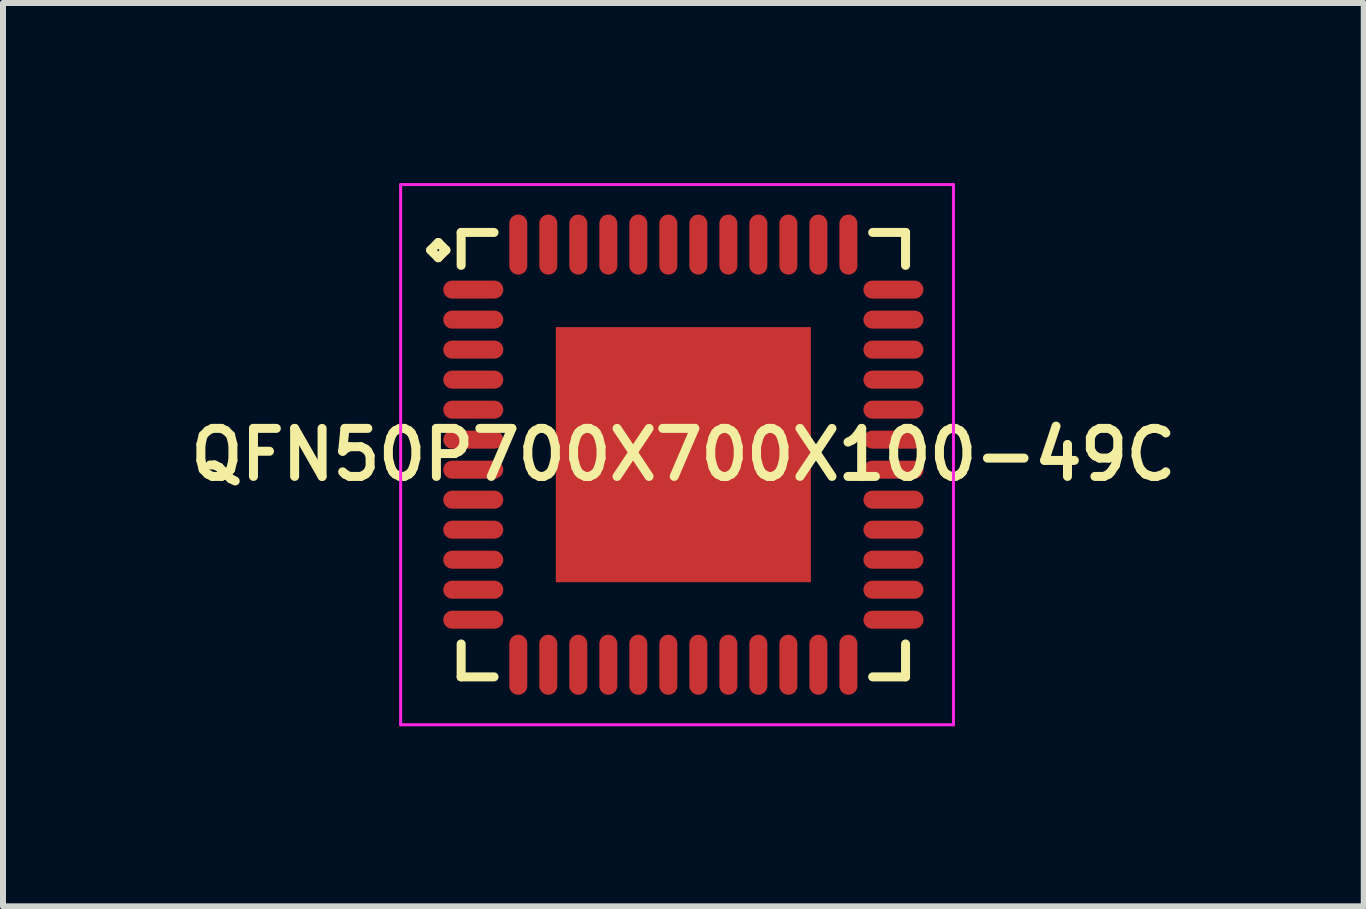
<source format=kicad_pcb>
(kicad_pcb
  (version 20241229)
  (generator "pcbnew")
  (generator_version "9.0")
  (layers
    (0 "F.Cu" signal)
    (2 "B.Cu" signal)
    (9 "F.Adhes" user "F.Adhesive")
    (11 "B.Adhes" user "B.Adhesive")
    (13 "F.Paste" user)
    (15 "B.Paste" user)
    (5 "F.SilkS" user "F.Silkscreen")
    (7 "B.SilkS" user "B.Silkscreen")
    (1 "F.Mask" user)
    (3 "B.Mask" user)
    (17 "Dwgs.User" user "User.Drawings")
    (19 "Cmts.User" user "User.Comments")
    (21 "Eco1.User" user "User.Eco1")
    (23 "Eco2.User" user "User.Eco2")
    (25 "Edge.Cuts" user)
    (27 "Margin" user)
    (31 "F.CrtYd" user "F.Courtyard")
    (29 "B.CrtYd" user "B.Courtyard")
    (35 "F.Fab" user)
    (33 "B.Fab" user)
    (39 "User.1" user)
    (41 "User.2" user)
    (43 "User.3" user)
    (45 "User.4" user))
  (footprint "QFN50P700X700X100-49C"
    (layer "F.Cu")
    (at 8.335 4.525)
    (property "Reference" "QFN50P700X700X100-49C" (at 0 0 0) (layer "F.SilkS") (effects (font (size 0.8 0.8) (thickness 0.15))))
    (attr smd)
    (fp_line (start -4.21 -3.408) (end -4.083 -3.535) (stroke (width 0.15) (type solid)) (layer "F.SilkS"))
    (fp_line (start -4.083 -3.535) (end -3.956 -3.408) (stroke (width 0.15) (type solid)) (layer "F.SilkS"))
    (fp_line (start -4.083 -3.281) (end -4.21 -3.408) (stroke (width 0.15) (type solid)) (layer "F.SilkS"))
    (fp_line (start -3.956 -3.408) (end -4.083 -3.281) (stroke (width 0.15) (type solid)) (layer "F.SilkS"))
    (fp_line (start -3.702 -3.702) (end -3.154 -3.702) (stroke (width 0.15) (type solid)) (layer "F.SilkS"))
    (fp_line (start -3.702 -3.154) (end -3.702 -3.702) (stroke (width 0.15) (type solid)) (layer "F.SilkS"))
    (fp_line (start -3.702 3.154) (end -3.702 3.702) (stroke (width 0.15) (type solid)) (layer "F.SilkS"))
    (fp_line (start -3.702 3.702) (end -3.154 3.702) (stroke (width 0.15) (type solid)) (layer "F.SilkS"))
    (fp_line (start 3.154 -3.702) (end 3.702 -3.702) (stroke (width 0.15) (type solid)) (layer "F.SilkS"))
    (fp_line (start 3.154 3.702) (end 3.702 3.702) (stroke (width 0.15) (type solid)) (layer "F.SilkS"))
    (fp_line (start 3.702 -3.702) (end 3.702 -3.154) (stroke (width 0.15) (type solid)) (layer "F.SilkS"))
    (fp_line (start 3.702 3.702) (end 3.702 3.154) (stroke (width 0.15) (type solid)) (layer "F.SilkS"))
    (fp_line (start -4.71 -4.5) (end 4.5 -4.5) (stroke (width 0.05) (type solid)) (layer "F.CrtYd"))
    (fp_line (start -4.71 4.5) (end -4.71 -4.5) (stroke (width 0.05) (type solid)) (layer "F.CrtYd"))
    (fp_line (start 4.5 -4.5) (end 4.5 4.5) (stroke (width 0.05) (type solid)) (layer "F.CrtYd"))
    (fp_line (start 4.5 4.5) (end -4.71 4.5) (stroke (width 0.05) (type solid)) (layer "F.CrtYd"))
    (pad "1" smd oval (at -3.5 -2.75) (size 1 0.3) (layers "F.Cu" "F.Mask" "F.Paste"))
    (pad "2" smd oval (at -3.5 -2.25) (size 1 0.3) (layers "F.Cu" "F.Mask" "F.Paste"))
    (pad "3" smd oval (at -3.5 -1.75) (size 1 0.3) (layers "F.Cu" "F.Mask" "F.Paste"))
    (pad "4" smd oval (at -3.5 -1.25) (size 1 0.3) (layers "F.Cu" "F.Mask" "F.Paste"))
    (pad "5" smd oval (at -3.5 -0.75) (size 1 0.3) (layers "F.Cu" "F.Mask" "F.Paste"))
    (pad "6" smd oval (at -3.5 -0.25) (size 1 0.3) (layers "F.Cu" "F.Mask" "F.Paste"))
    (pad "7" smd oval (at -3.5 0.25) (size 1 0.3) (layers "F.Cu" "F.Mask" "F.Paste"))
    (pad "8" smd oval (at -3.5 0.75) (size 1 0.3) (layers "F.Cu" "F.Mask" "F.Paste"))
    (pad "9" smd oval (at -3.5 1.25) (size 1 0.3) (layers "F.Cu" "F.Mask" "F.Paste"))
    (pad "10" smd oval (at -3.5 1.75) (size 1 0.3) (layers "F.Cu" "F.Mask" "F.Paste"))
    (pad "11" smd oval (at -3.5 2.25) (size 1 0.3) (layers "F.Cu" "F.Mask" "F.Paste"))
    (pad "12" smd oval (at -3.5 2.75) (size 1 0.3) (layers "F.Cu" "F.Mask" "F.Paste"))
    (pad "13" smd oval (at -2.75 3.5) (size 0.3 1) (layers "F.Cu" "F.Mask" "F.Paste"))
    (pad "14" smd oval (at -2.25 3.5) (size 0.3 1) (layers "F.Cu" "F.Mask" "F.Paste"))
    (pad "15" smd oval (at -1.75 3.5) (size 0.3 1) (layers "F.Cu" "F.Mask" "F.Paste"))
    (pad "16" smd oval (at -1.25 3.5) (size 0.3 1) (layers "F.Cu" "F.Mask" "F.Paste"))
    (pad "17" smd oval (at -0.75 3.5) (size 0.3 1) (layers "F.Cu" "F.Mask" "F.Paste"))
    (pad "18" smd oval (at -0.25 3.5) (size 0.3 1) (layers "F.Cu" "F.Mask" "F.Paste"))
    (pad "19" smd oval (at 0.25 3.5) (size 0.3 1) (layers "F.Cu" "F.Mask" "F.Paste"))
    (pad "20" smd oval (at 0.75 3.5) (size 0.3 1) (layers "F.Cu" "F.Mask" "F.Paste"))
    (pad "21" smd oval (at 1.25 3.5) (size 0.3 1) (layers "F.Cu" "F.Mask" "F.Paste"))
    (pad "22" smd oval (at 1.75 3.5) (size 0.3 1) (layers "F.Cu" "F.Mask" "F.Paste"))
    (pad "23" smd oval (at 2.25 3.5) (size 0.3 1) (layers "F.Cu" "F.Mask" "F.Paste"))
    (pad "24" smd oval (at 2.75 3.5) (size 0.3 1) (layers "F.Cu" "F.Mask" "F.Paste"))
    (pad "25" smd oval (at 3.5 2.75) (size 1 0.3) (layers "F.Cu" "F.Mask" "F.Paste"))
    (pad "26" smd oval (at 3.5 2.25) (size 1 0.3) (layers "F.Cu" "F.Mask" "F.Paste"))
    (pad "27" smd oval (at 3.5 1.75) (size 1 0.3) (layers "F.Cu" "F.Mask" "F.Paste"))
    (pad "28" smd oval (at 3.5 1.25) (size 1 0.3) (layers "F.Cu" "F.Mask" "F.Paste"))
    (pad "29" smd oval (at 3.5 0.75) (size 1 0.3) (layers "F.Cu" "F.Mask" "F.Paste"))
    (pad "30" smd oval (at 3.5 0.25) (size 1 0.3) (layers "F.Cu" "F.Mask" "F.Paste"))
    (pad "31" smd oval (at 3.5 -0.25) (size 1 0.3) (layers "F.Cu" "F.Mask" "F.Paste"))
    (pad "32" smd oval (at 3.5 -0.75) (size 1 0.3) (layers "F.Cu" "F.Mask" "F.Paste"))
    (pad "33" smd oval (at 3.5 -1.25) (size 1 0.3) (layers "F.Cu" "F.Mask" "F.Paste"))
    (pad "34" smd oval (at 3.5 -1.75) (size 1 0.3) (layers "F.Cu" "F.Mask" "F.Paste"))
    (pad "35" smd oval (at 3.5 -2.25) (size 1 0.3) (layers "F.Cu" "F.Mask" "F.Paste"))
    (pad "36" smd oval (at 3.5 -2.75) (size 1 0.3) (layers "F.Cu" "F.Mask" "F.Paste"))
    (pad "37" smd oval (at 2.75 -3.5) (size 0.3 1) (layers "F.Cu" "F.Mask" "F.Paste"))
    (pad "38" smd oval (at 2.25 -3.5) (size 0.3 1) (layers "F.Cu" "F.Mask" "F.Paste"))
    (pad "39" smd oval (at 1.75 -3.5) (size 0.3 1) (layers "F.Cu" "F.Mask" "F.Paste"))
    (pad "40" smd oval (at 1.25 -3.5) (size 0.3 1) (layers "F.Cu" "F.Mask" "F.Paste"))
    (pad "41" smd oval (at 0.75 -3.5) (size 0.3 1) (layers "F.Cu" "F.Mask" "F.Paste"))
    (pad "42" smd oval (at 0.25 -3.5) (size 0.3 1) (layers "F.Cu" "F.Mask" "F.Paste"))
    (pad "43" smd oval (at -0.25 -3.5) (size 0.3 1) (layers "F.Cu" "F.Mask" "F.Paste"))
    (pad "44" smd oval (at -0.75 -3.5) (size 0.3 1) (layers "F.Cu" "F.Mask" "F.Paste"))
    (pad "45" smd oval (at -1.25 -3.5) (size 0.3 1) (layers "F.Cu" "F.Mask" "F.Paste"))
    (pad "46" smd oval (at -1.75 -3.5) (size 0.3 1) (layers "F.Cu" "F.Mask" "F.Paste"))
    (pad "47" smd oval (at -2.25 -3.5) (size 0.3 1) (layers "F.Cu" "F.Mask" "F.Paste"))
    (pad "48" smd oval (at -2.75 -3.5) (size 0.3 1) (layers "F.Cu" "F.Mask" "F.Paste"))
    (pad "49" smd rect (at 0 0) (size 4.25 4.25) (layers "F.Cu" "F.Mask" "F.Paste")))
  (gr_rect
    (start -3 -3)
    (end 19.671 12.05)
    (stroke (width 0.1) (type default))
    (fill no)
    (layer "Edge.Cuts")))
</source>
